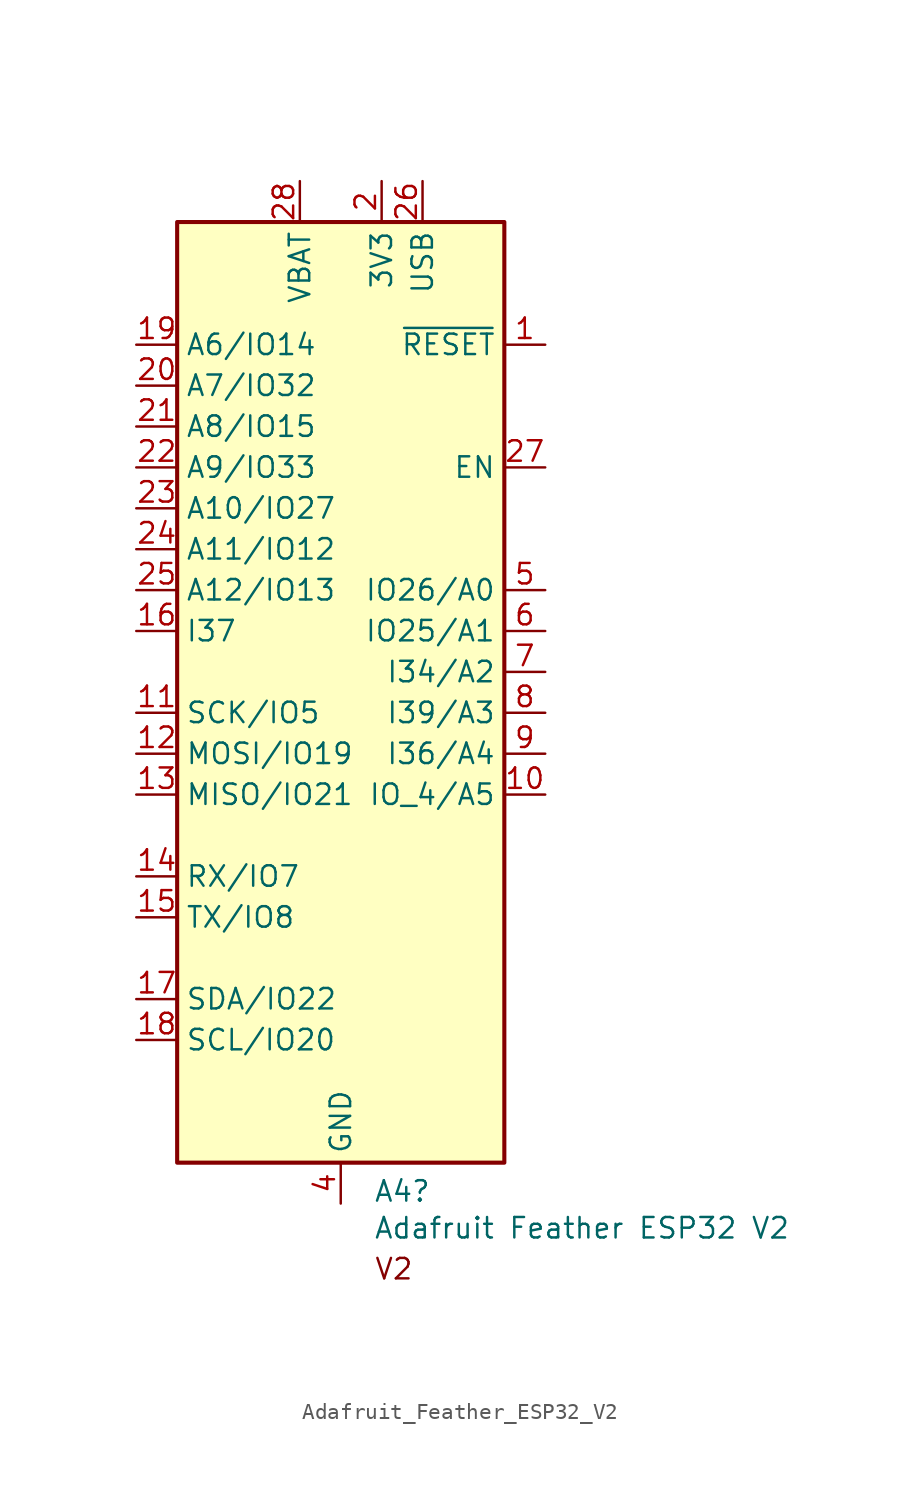
<source format=kicad_sym>
(kicad_symbol_lib
  (version 20231120)
  (generator "kicad_symbol_editor")
  (generator_version "8.0")
  (symbol "Adafruit_Feather_ESP32_V2"
    (property "Reference" "A4"
      (at 2.032 -32.258 0)
      (effects (font (size 1.27 1.27)) (justify left)))
    (property "Value" "Adafruit Feather ESP32 V2"
      (at 2.032 -34.544 0)
      (effects (font (size 1.27 1.27)) (justify left)))
    (symbol "Adafruit_Feather_ESP32_V2_0_1"
      (rectangle (start -10.16 27.94) (end 10.16 -30.48) (stroke (width 0.254) (type default)) (fill (type background))))
    (symbol "Adafruit_Feather_ESP32_V2_1_1"
      (text "V2" (at 3.302 -37.084 0) (effects (font (size 1.27 1.27))))
      (pin input line (at 12.7 20.32 180) (length 2.54) (name "~{RESET}" (effects (font (size 1.27 1.27)))) (number "1" (effects (font (size 1.27 1.27)))))
      (pin bidirectional line (at 12.7 -7.62 180) (length 2.54) (name "IO_4/A5" (effects (font (size 1.27 1.27)))) (number "10" (effects (font (size 1.27 1.27)))))
      (pin bidirectional line (at -12.7 -2.54 0) (length 2.54) (name "SCK/IO5" (effects (font (size 1.27 1.27)))) (number "11" (effects (font (size 1.27 1.27)))))
      (pin bidirectional line (at -12.7 -5.08 0) (length 2.54) (name "MOSI/IO19" (effects (font (size 1.27 1.27)))) (number "12" (effects (font (size 1.27 1.27)))))
      (pin bidirectional line (at -12.7 -7.62 0) (length 2.54) (name "MISO/IO21" (effects (font (size 1.27 1.27)))) (number "13" (effects (font (size 1.27 1.27)))))
      (pin bidirectional line (at -12.7 -12.7 0) (length 2.54) (name "RX/IO7" (effects (font (size 1.27 1.27)))) (number "14" (effects (font (size 1.27 1.27)))))
      (pin bidirectional line (at -12.7 -15.24 0) (length 2.54) (name "TX/IO8" (effects (font (size 1.27 1.27)))) (number "15" (effects (font (size 1.27 1.27)))))
      (pin input line (at -12.7 2.54 0) (length 2.54) (name "I37" (effects (font (size 1.27 1.27)))) (number "16" (effects (font (size 1.27 1.27)))))
      (pin bidirectional line (at -12.7 -20.32 0) (length 2.54) (name "SDA/IO22" (effects (font (size 1.27 1.27)))) (number "17" (effects (font (size 1.27 1.27)))))
      (pin bidirectional line (at -12.7 -22.86 0) (length 2.54) (name "SCL/IO20" (effects (font (size 1.27 1.27)))) (number "18" (effects (font (size 1.27 1.27)))))
      (pin bidirectional line (at -12.7 20.32 0) (length 2.54) (name "A6/IO14" (effects (font (size 1.27 1.27)))) (number "19" (effects (font (size 1.27 1.27)))))
      (pin power_out line (at 2.54 30.48 270) (length 2.54) (name "3V3" (effects (font (size 1.27 1.27)))) (number "2" (effects (font (size 1.27 1.27)))))
      (pin bidirectional line (at -12.7 17.78 0) (length 2.54) (name "A7/IO32" (effects (font (size 1.27 1.27)))) (number "20" (effects (font (size 1.27 1.27)))))
      (pin bidirectional line (at -12.7 15.24 0) (length 2.54) (name "A8/IO15" (effects (font (size 1.27 1.27)))) (number "21" (effects (font (size 1.27 1.27)))))
      (pin bidirectional line (at -12.7 12.7 0) (length 2.54) (name "A9/IO33" (effects (font (size 1.27 1.27)))) (number "22" (effects (font (size 1.27 1.27)))))
      (pin bidirectional line (at -12.7 10.16 0) (length 2.54) (name "A10/IO27" (effects (font (size 1.27 1.27)))) (number "23" (effects (font (size 1.27 1.27)))))
      (pin bidirectional line (at -12.7 7.62 0) (length 2.54) (name "A11/IO12" (effects (font (size 1.27 1.27)))) (number "24" (effects (font (size 1.27 1.27)))))
      (pin bidirectional line (at -12.7 5.08 0) (length 2.54) (name "A12/IO13" (effects (font (size 1.27 1.27)))) (number "25" (effects (font (size 1.27 1.27)))))
      (pin power_in line (at 5.08 30.48 270) (length 2.54) (name "USB" (effects (font (size 1.27 1.27)))) (number "26" (effects (font (size 1.27 1.27)))))
      (pin input line (at 12.7 12.7 180) (length 2.54) (name "EN" (effects (font (size 1.27 1.27)))) (number "27" (effects (font (size 1.27 1.27)))))
      (pin power_in line (at -2.54 30.48 270) (length 2.54) (name "VBAT" (effects (font (size 1.27 1.27)))) (number "28" (effects (font (size 1.27 1.27)))))
      (pin no_connect line (at 12.7 10.16 180) (length 2.54) hide (name "NC" (effects (font (size 1.27 1.27)))) (number "3" (effects (font (size 1.27 1.27)))))
      (pin passive line (at 0 -33.02 90) (length 2.54) (name "GND" (effects (font (size 1.27 1.27)))) (number "4" (effects (font (size 1.27 1.27)))))
      (pin bidirectional line (at 12.7 5.08 180) (length 2.54) (name "IO26/A0" (effects (font (size 1.27 1.27)))) (number "5" (effects (font (size 1.27 1.27)))))
      (pin bidirectional line (at 12.7 2.54 180) (length 2.54) (name "IO25/A1" (effects (font (size 1.27 1.27)))) (number "6" (effects (font (size 1.27 1.27)))))
      (pin input line (at 12.7 0 180) (length 2.54) (name "I34/A2" (effects (font (size 1.27 1.27)))) (number "7" (effects (font (size 1.27 1.27)))))
      (pin input line (at 12.7 -2.54 180) (length 2.54) (name "I39/A3" (effects (font (size 1.27 1.27)))) (number "8" (effects (font (size 1.27 1.27)))))
      (pin input line (at 12.7 -5.08 180) (length 2.54) (name "I36/A4" (effects (font (size 1.27 1.27)))) (number "9" (effects (font (size 1.27 1.27))))))))
</source>
